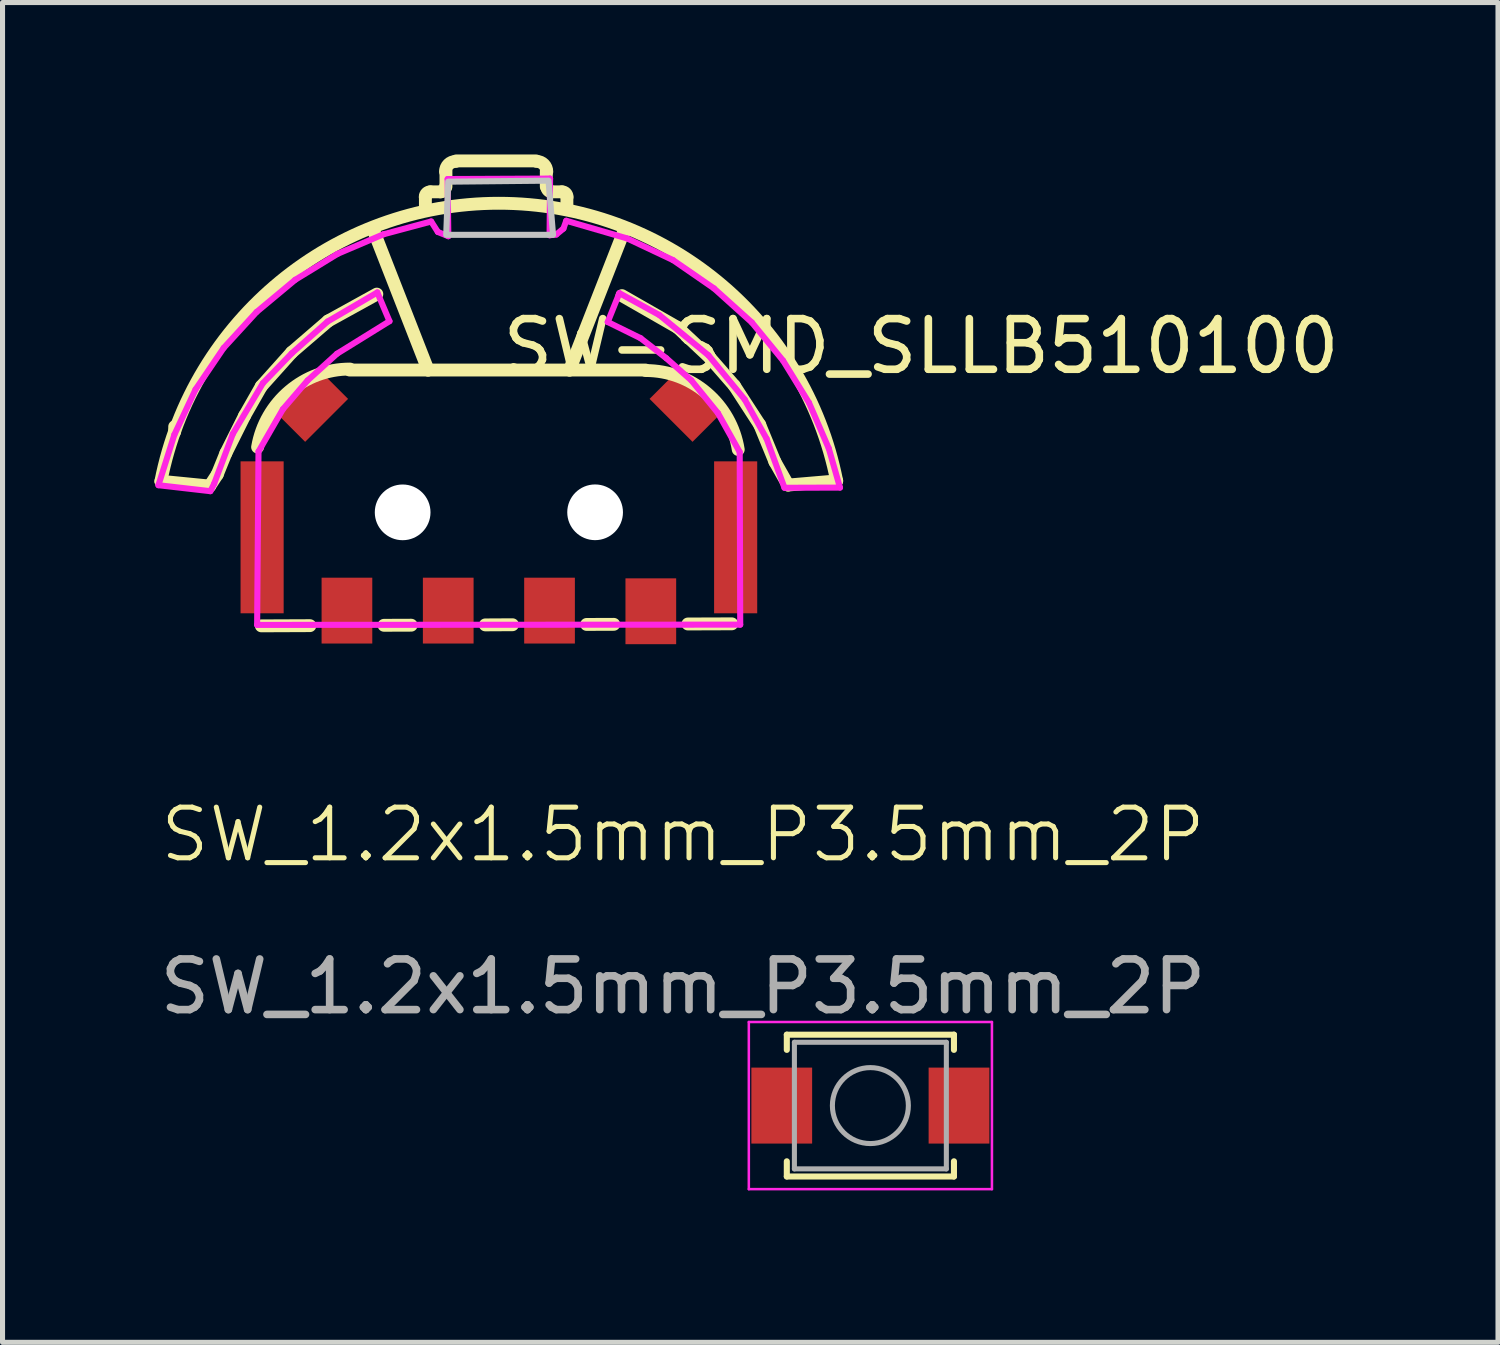
<source format=kicad_pcb>
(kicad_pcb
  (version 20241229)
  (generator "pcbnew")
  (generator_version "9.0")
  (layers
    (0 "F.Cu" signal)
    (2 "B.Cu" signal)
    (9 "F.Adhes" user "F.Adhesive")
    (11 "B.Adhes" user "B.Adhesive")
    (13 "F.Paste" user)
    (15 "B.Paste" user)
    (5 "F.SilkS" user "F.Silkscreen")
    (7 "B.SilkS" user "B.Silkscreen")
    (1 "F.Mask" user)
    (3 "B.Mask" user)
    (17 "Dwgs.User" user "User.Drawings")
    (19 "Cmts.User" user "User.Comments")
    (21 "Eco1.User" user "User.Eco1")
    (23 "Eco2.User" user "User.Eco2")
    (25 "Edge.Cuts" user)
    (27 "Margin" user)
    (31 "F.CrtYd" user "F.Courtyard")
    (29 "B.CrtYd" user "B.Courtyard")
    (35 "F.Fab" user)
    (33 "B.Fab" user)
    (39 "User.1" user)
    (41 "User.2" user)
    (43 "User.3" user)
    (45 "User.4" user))
  (footprint "SW-SMD_SLLB510100"
    (layer "F.Cu")
    (at 6.8 6.993)
    (property "Reference" "SW-SMD_SLLB510100" (at 0 -3.207 0) (layer "F.SilkS") (effects (font (size 1 1) (thickness 0.15)) (justify left)))
    (attr through_hole)
    (fp_line (start -6.673 -0.541) (end -5.71 -0.446) (stroke (width 0.254) (type solid)) (layer "F.SilkS"))
    (fp_line (start -6.401 -1.518) (end -6.401 -1.619) (stroke (width 0.254) (type solid)) (layer "F.SilkS"))
    (fp_line (start -5.71 -0.446) (end -5.56 -0.676) (stroke (width 0.254) (type solid)) (layer "F.SilkS"))
    (fp_line (start -5.56 -0.676) (end -5.39 -1.096) (stroke (width 0.254) (type solid)) (layer "F.SilkS"))
    (fp_line (start -5.39 -1.096) (end -5.02 -1.836) (stroke (width 0.254) (type solid)) (layer "F.SilkS"))
    (fp_line (start -5.02 -1.836) (end -4.69 -2.416) (stroke (width 0.254) (type solid)) (layer "F.SilkS"))
    (fp_line (start -4.69 -2.416) (end -4.09 -3.086) (stroke (width 0.254) (type solid)) (layer "F.SilkS"))
    (fp_line (start -4.69 2.314) (end -3.731 2.31) (stroke (width 0.254) (type solid)) (layer "F.SilkS"))
    (fp_line (start -4.09 -3.086) (end -3.37 -3.706) (stroke (width 0.254) (type solid)) (layer "F.SilkS"))
    (fp_line (start -3.37 -3.706) (end -2.41 -4.236) (stroke (width 0.254) (type solid)) (layer "F.SilkS"))
    (fp_line (start -2.268 2.303) (end -1.731 2.301) (stroke (width 0.254) (type solid)) (layer "F.SilkS"))
    (fp_line (start -1.451 -5.952) (end -1.451 -6.155) (stroke (width 0.254) (type solid)) (layer "F.SilkS"))
    (fp_line (start -1.398 -2.737) (end -2.947 -2.737) (stroke (width 0.254) (type solid)) (layer "F.SilkS"))
    (fp_line (start -1.398 -2.737) (end -2.49 -5.531) (stroke (width 0.254) (type solid)) (layer "F.SilkS"))
    (fp_line (start -1.35 -6.256) (end -1.147 -6.256) (stroke (width 0.254) (type solid)) (layer "F.SilkS"))
    (fp_line (start -1.045 -6.358) (end -1.045 -6.663) (stroke (width 0.254) (type solid)) (layer "F.SilkS"))
    (fp_line (start -0.842 -6.866) (end 0.733 -6.866) (stroke (width 0.254) (type solid)) (layer "F.SilkS"))
    (fp_line (start -0.268 2.295) (end 0.269 2.292) (stroke (width 0.254) (type solid)) (layer "F.SilkS"))
    (fp_line (start 0.936 -6.663) (end 0.936 -6.358) (stroke (width 0.254) (type solid)) (layer "F.SilkS"))
    (fp_line (start 1.038 -6.256) (end 1.241 -6.256) (stroke (width 0.254) (type solid)) (layer "F.SilkS"))
    (fp_line (start 1.343 -5.952) (end 1.343 -6.155) (stroke (width 0.254) (type solid)) (layer "F.SilkS"))
    (fp_line (start 1.396 -2.737) (end -1.398 -2.737) (stroke (width 0.254) (type solid)) (layer "F.SilkS"))
    (fp_line (start 1.396 -2.737) (end 2.489 -5.531) (stroke (width 0.254) (type solid)) (layer "F.SilkS"))
    (fp_line (start 1.732 2.286) (end 2.269 2.284) (stroke (width 0.254) (type solid)) (layer "F.SilkS"))
    (fp_line (start 2.895 -2.737) (end 1.396 -2.737) (stroke (width 0.254) (type solid)) (layer "F.SilkS"))
    (fp_line (start 3.53 -3.576) (end 2.43 -4.206) (stroke (width 0.254) (type solid)) (layer "F.SilkS"))
    (fp_line (start 3.732 2.277) (end 4.6 2.274) (stroke (width 0.254) (type solid)) (layer "F.SilkS"))
    (fp_line (start 4.17 -2.976) (end 3.53 -3.576) (stroke (width 0.254) (type solid)) (layer "F.SilkS"))
    (fp_line (start 4.65 -2.426) (end 4.17 -2.976) (stroke (width 0.254) (type solid)) (layer "F.SilkS"))
    (fp_line (start 5.15 -1.656) (end 4.65 -2.426) (stroke (width 0.254) (type solid)) (layer "F.SilkS"))
    (fp_line (start 5.45 -0.926) (end 5.15 -1.656) (stroke (width 0.254) (type solid)) (layer "F.SilkS"))
    (fp_line (start 5.71 -0.466) (end 5.45 -0.926) (stroke (width 0.254) (type solid)) (layer "F.SilkS"))
    (fp_line (start 6.67 -0.548) (end 5.71 -0.466) (stroke (width 0.254) (type solid)) (layer "F.SilkS"))
    (fp_arc (start -6.673327 -0.541264) (mid -0.004433 -6.029952) (end 6.67 -0.548) (stroke (width 0.254) (type solid)) (layer "F.SilkS"))
    (fp_arc (start -4.764 -1.216) (mid -4.133705 -2.319557) (end -2.940184 -2.756156) (stroke (width 0.254) (type solid)) (layer "F.SilkS"))
    (fp_arc (start -1.454001 -6.155112) (mid -1.424967 -6.226047) (end -1.354 -6.255) (stroke (width 0.254) (type solid)) (layer "F.SilkS"))
    (fp_arc (start -1.054 -6.355) (mid -1.083289 -6.284289) (end -1.154 -6.255) (stroke (width 0.254) (type solid)) (layer "F.SilkS"))
    (fp_arc (start -1.053996 -6.656314) (mid -0.994956 -6.796885) (end -0.854 -6.855) (stroke (width 0.254) (type solid)) (layer "F.SilkS"))
    (fp_arc (start 0.746321 -6.855996) (mid 0.887595 -6.796661) (end 0.946 -6.655) (stroke (width 0.254) (type solid)) (layer "F.SilkS"))
    (fp_arc (start 1.046 -6.255) (mid 0.975289 -6.284289) (end 0.946 -6.355) (stroke (width 0.254) (type solid)) (layer "F.SilkS"))
    (fp_arc (start 1.246112 -6.255001) (mid 1.317047 -6.225967) (end 1.346 -6.155) (stroke (width 0.254) (type solid)) (layer "F.SilkS"))
    (fp_arc (start 2.899 -2.727) (mid 4.100055 -2.284113) (end 4.726049 -1.167506) (stroke (width 0.254) (type solid)) (layer "F.SilkS"))
    (fp_circle (center -1.9 0.073) (end -1.65 0.073) (stroke (width 0.5) (type solid)) (fill no) (layer "Dwgs.User"))
    (fp_circle (center 1.9 0.073) (end 2.15 0.073) (stroke (width 0.5) (type solid)) (fill no) (layer "Dwgs.User"))
    (fp_poly (pts (xy -1 -6.456) (xy 0.98 -6.476) (xy 1.07 -5.406) (xy -1.04 -5.406)) (stroke (width 0.12) (type solid)) (fill no) (layer "Dwgs.User"))
    (fp_circle (center -6.722 2.426) (end -6.692 2.426) (stroke (width 0.06) (type solid)) (fill no) (layer "Eco2.User"))
    (fp_poly (pts (xy -4.765 -0.634) (xy -4.265 -0.634) (xy -4.265 1.766) (xy -4.765 1.766)) (stroke (width 0.12) (type solid)) (fill no) (layer "Eco2.User"))
    (fp_poly (pts (xy -3.797 -1.461) (xy -4.249 -1.912) (xy -3.57 -2.591) (xy -3.119 -2.139)) (stroke (width 0.12) (type solid)) (fill no) (layer "Eco2.User"))
    (fp_poly (pts (xy -3.3 1.613) (xy -2.7 1.613) (xy -2.7 2.413) (xy -3.3 2.413)) (stroke (width 0.12) (type solid)) (fill no) (layer "Eco2.User"))
    (fp_poly (pts (xy -1.3 1.613) (xy -0.7 1.613) (xy -0.7 2.413) (xy -1.3 2.413)) (stroke (width 0.12) (type solid)) (fill no) (layer "Eco2.User"))
    (fp_poly (pts (xy 1.3 2.413) (xy 0.7 2.413) (xy 0.7 1.613) (xy 1.3 1.613)) (stroke (width 0.12) (type solid)) (fill no) (layer "Eco2.User"))
    (fp_poly (pts (xy 2.7 1.626) (xy 3.3 1.626) (xy 3.3 2.426) (xy 2.7 2.426)) (stroke (width 0.12) (type solid)) (fill no) (layer "Eco2.User"))
    (fp_poly (pts (xy 3.117 -2.139) (xy 3.569 -2.591) (xy 4.247 -1.912) (xy 3.796 -1.461)) (stroke (width 0.12) (type solid)) (fill no) (layer "Eco2.User"))
    (fp_poly (pts (xy 4.262 -0.634) (xy 4.762 -0.634) (xy 4.762 1.766) (xy 4.262 1.766)) (stroke (width 0.12) (type solid)) (fill no) (layer "Eco2.User"))
    (fp_line (start -6.722 -0.463) (end -6.407 -1.461) (stroke (width 0.12) (type solid)) (layer "F.CrtYd"))
    (fp_line (start -6.407 -1.461) (end -5.989 -2.354) (stroke (width 0.12) (type solid)) (layer "F.CrtYd"))
    (fp_line (start -5.989 -2.354) (end -5.434 -3.173) (stroke (width 0.12) (type solid)) (layer "F.CrtYd"))
    (fp_line (start -5.696 -0.345) (end -6.722 -0.463) (stroke (width 0.12) (type solid)) (layer "F.CrtYd"))
    (fp_line (start -5.622 -0.492) (end -5.696 -0.345) (stroke (width 0.12) (type solid)) (layer "F.CrtYd"))
    (fp_line (start -5.434 -3.173) (end -4.784 -3.883) (stroke (width 0.12) (type solid)) (layer "F.CrtYd"))
    (fp_line (start -5.254 -1.475) (end -5.622 -0.492) (stroke (width 0.12) (type solid)) (layer "F.CrtYd"))
    (fp_line (start -4.784 -3.883) (end -4.022 -4.518) (stroke (width 0.12) (type solid)) (layer "F.CrtYd"))
    (fp_line (start -4.773 2.295) (end -4.746 -1.127) (stroke (width 0.12) (type solid)) (layer "F.CrtYd"))
    (fp_line (start -4.746 -1.127) (end -4.265 -1.963) (stroke (width 0.12) (type solid)) (layer "F.CrtYd"))
    (fp_line (start -4.659 -2.478) (end -5.254 -1.475) (stroke (width 0.12) (type solid)) (layer "F.CrtYd"))
    (fp_line (start -4.265 -1.963) (end -3.777 -2.531) (stroke (width 0.12) (type solid)) (layer "F.CrtYd"))
    (fp_line (start -4.091 -3.066) (end -4.659 -2.478) (stroke (width 0.12) (type solid)) (layer "F.CrtYd"))
    (fp_line (start -4.022 -4.518) (end -3.185 -5.031) (stroke (width 0.12) (type solid)) (layer "F.CrtYd"))
    (fp_line (start -3.777 -2.531) (end -3.196 -3.059) (stroke (width 0.12) (type solid)) (layer "F.CrtYd"))
    (fp_line (start -3.383 -3.694) (end -4.091 -3.066) (stroke (width 0.12) (type solid)) (layer "F.CrtYd"))
    (fp_line (start -3.196 -3.059) (end -2.16 -3.701) (stroke (width 0.12) (type solid)) (layer "F.CrtYd"))
    (fp_line (start -3.185 -5.031) (end -2.282 -5.416) (stroke (width 0.12) (type solid)) (layer "F.CrtYd"))
    (fp_line (start -2.4 -4.269) (end -3.383 -3.694) (stroke (width 0.12) (type solid)) (layer "F.CrtYd"))
    (fp_line (start -2.282 -5.416) (end -1.337 -5.67) (stroke (width 0.12) (type solid)) (layer "F.CrtYd"))
    (fp_line (start -2.16 -3.701) (end -2.4 -4.269) (stroke (width 0.12) (type solid)) (layer "F.CrtYd"))
    (fp_line (start -1.337 -5.67) (end -1.205 -5.463) (stroke (width 0.12) (type solid)) (layer "F.CrtYd"))
    (fp_line (start -1.205 -5.463) (end -0.998 -5.379) (stroke (width 0.12) (type solid)) (layer "F.CrtYd"))
    (fp_line (start -1.012 -6.508) (end 1.011 -6.517) (stroke (width 0.12) (type solid)) (layer "F.CrtYd"))
    (fp_line (start -0.998 -5.379) (end -1.012 -6.508) (stroke (width 0.12) (type solid)) (layer "F.CrtYd"))
    (fp_line (start 1.001 -5.398) (end 1.133 -5.412) (stroke (width 0.12) (type solid)) (layer "F.CrtYd"))
    (fp_line (start 1.011 -6.517) (end 1.001 -5.398) (stroke (width 0.12) (type solid)) (layer "F.CrtYd"))
    (fp_line (start 1.133 -5.412) (end 1.274 -5.529) (stroke (width 0.12) (type solid)) (layer "F.CrtYd"))
    (fp_line (start 1.274 -5.529) (end 1.33 -5.684) (stroke (width 0.12) (type solid)) (layer "F.CrtYd"))
    (fp_line (start 1.33 -5.684) (end 2.53 -5.336) (stroke (width 0.12) (type solid)) (layer "F.CrtYd"))
    (fp_line (start 2.149 -3.685) (end 2.798 -3.366) (stroke (width 0.12) (type solid)) (layer "F.CrtYd"))
    (fp_line (start 2.379 -4.255) (end 2.149 -3.685) (stroke (width 0.12) (type solid)) (layer "F.CrtYd"))
    (fp_line (start 2.53 -5.336) (end 3.438 -4.908) (stroke (width 0.12) (type solid)) (layer "F.CrtYd"))
    (fp_line (start 2.798 -3.366) (end 3.306 -2.97) (stroke (width 0.12) (type solid)) (layer "F.CrtYd"))
    (fp_line (start 3.17 -3.822) (end 2.379 -4.255) (stroke (width 0.12) (type solid)) (layer "F.CrtYd"))
    (fp_line (start 3.306 -2.97) (end 3.8 -2.533) (stroke (width 0.12) (type solid)) (layer "F.CrtYd"))
    (fp_line (start 3.438 -4.908) (end 4.247 -4.349) (stroke (width 0.12) (type solid)) (layer "F.CrtYd"))
    (fp_line (start 3.8 -2.533) (end 4.327 -1.884) (stroke (width 0.12) (type solid)) (layer "F.CrtYd"))
    (fp_line (start 4.138 -3.027) (end 3.17 -3.822) (stroke (width 0.12) (type solid)) (layer "F.CrtYd"))
    (fp_line (start 4.247 -4.349) (end 4.995 -3.676) (stroke (width 0.12) (type solid)) (layer "F.CrtYd"))
    (fp_line (start 4.327 -1.884) (end 4.755 -1.117) (stroke (width 0.12) (type solid)) (layer "F.CrtYd"))
    (fp_line (start 4.755 -1.117) (end 4.765 2.29) (stroke (width 0.12) (type solid)) (layer "F.CrtYd"))
    (fp_line (start 4.765 2.29) (end -4.773 2.295) (stroke (width 0.12) (type solid)) (layer "F.CrtYd"))
    (fp_line (start 4.853 -2.157) (end 4.138 -3.027) (stroke (width 0.12) (type solid)) (layer "F.CrtYd"))
    (fp_line (start 4.995 -3.676) (end 5.611 -2.923) (stroke (width 0.12) (type solid)) (layer "F.CrtYd"))
    (fp_line (start 5.286 -1.381) (end 4.853 -2.157) (stroke (width 0.12) (type solid)) (layer "F.CrtYd"))
    (fp_line (start 5.611 -2.923) (end 6.123 -2.091) (stroke (width 0.12) (type solid)) (layer "F.CrtYd"))
    (fp_line (start 5.639 -0.412) (end 5.286 -1.381) (stroke (width 0.12) (type solid)) (layer "F.CrtYd"))
    (fp_line (start 6.123 -2.091) (end 6.514 -1.188) (stroke (width 0.12) (type solid)) (layer "F.CrtYd"))
    (fp_line (start 6.514 -1.188) (end 6.735 -0.416) (stroke (width 0.12) (type solid)) (layer "F.CrtYd"))
    (fp_line (start 6.735 -0.416) (end 5.639 -0.412) (stroke (width 0.12) (type solid)) (layer "F.CrtYd"))
    (pad "" np_thru_hole circle (at -1.9 0.073) (size 1.1 1.1) (drill 1.1) (layers "*.Cu" "*.Mask"))
    (pad "" np_thru_hole circle (at 1.9 0.072) (size 1.1 1.1) (drill 1.1) (layers "*.Cu" "*.Mask"))
    (pad "1" smd rect (at -3 2.013) (size 1.001 1.3) (layers "F.Cu" "F.Mask" "F.Paste"))
    (pad "2" smd rect (at 3 2.026) (size 1.001 1.3) (layers "F.Cu" "F.Mask" "F.Paste"))
    (pad "4" smd rect (at -4.675 0.566) (size 0.851 3) (layers "F.Cu" "F.Mask" "F.Paste"))
    (pad "5" smd rect (at 4.675 0.566) (size 0.851 3) (layers "F.Cu" "F.Mask" "F.Paste"))
    (pad "6" smd rect (at -3.684 -2.026 135) (size 0.8 1.199) (layers "F.Cu" "F.Mask" "F.Paste"))
    (pad "7" smd rect (at 3.682 -2.026 45) (size 0.8 1.199) (layers "F.Cu" "F.Mask" "F.Paste"))
    (pad "C" smd rect (at -1 2.013) (size 1.001 1.3) (layers "F.Cu" "F.Mask" "F.Paste"))
    (pad "T" smd rect (at 1 2.013 180) (size 1.001 1.3) (layers "F.Cu" "F.Mask" "F.Paste")))
  (footprint "SW_1.2x1.5mm_P3.5mm_2P"
    (layer "F.Cu")
    (at 12.385 18.779)
    (property "Reference" "SW_1.2x1.5mm_P3.5mm_2P" (at -1.95 -5.35 0) (unlocked yes) (layer "F.SilkS") (effects (font (size 1 1) (thickness 0.1))))
    (attr smd)
    (fp_line (start 0.1 -1.4) (end 3.4 -1.4) (stroke (width 0.12) (type solid)) (layer "F.SilkS"))
    (fp_line (start 0.1 -1.1) (end 0.1 -1.4) (stroke (width 0.12) (type solid)) (layer "F.SilkS"))
    (fp_line (start 0.1 1.1) (end 0.1 1.4) (stroke (width 0.12) (type solid)) (layer "F.SilkS"))
    (fp_line (start 0.1 1.4) (end 3.4 1.4) (stroke (width 0.12) (type solid)) (layer "F.SilkS"))
    (fp_line (start 3.4 -1.4) (end 3.4 -1.1) (stroke (width 0.12) (type solid)) (layer "F.SilkS"))
    (fp_line (start 3.4 1.4) (end 3.4 1.1) (stroke (width 0.12) (type solid)) (layer "F.SilkS"))
    (fp_line (start -0.65 -1.65) (end -0.65 1.65) (stroke (width 0.05) (type solid)) (layer "F.CrtYd"))
    (fp_line (start -0.65 1.65) (end 4.15 1.65) (stroke (width 0.05) (type solid)) (layer "F.CrtYd"))
    (fp_line (start 4.15 -1.65) (end -0.65 -1.65) (stroke (width 0.05) (type solid)) (layer "F.CrtYd"))
    (fp_line (start 4.15 1.65) (end 4.15 -1.65) (stroke (width 0.05) (type solid)) (layer "F.CrtYd"))
    (fp_line (start 0.25 -1.25) (end 3.25 -1.25) (stroke (width 0.1) (type solid)) (layer "F.Fab"))
    (fp_line (start 0.25 1.25) (end 0.25 -1.25) (stroke (width 0.1) (type solid)) (layer "F.Fab"))
    (fp_line (start 3.25 -1.25) (end 3.25 1.25) (stroke (width 0.1) (type solid)) (layer "F.Fab"))
    (fp_line (start 3.25 1.25) (end 0.25 1.25) (stroke (width 0.1) (type solid)) (layer "F.Fab"))
    (fp_circle (center 1.75 0) (end 2.5 0) (stroke (width 0.1) (type solid)) (fill no) (layer "F.Fab"))
    (fp_text user "${REFERENCE}" (at -1.95 -2.35 0) (unlocked yes) (layer "F.Fab") (effects (font (size 1 1) (thickness 0.15))))
    (pad "1" smd rect (at 0 0) (size 1.2 1.5) (layers "F.Cu" "F.Mask" "F.Paste"))
    (pad "2" smd rect (at 3.5 0) (size 1.2 1.5) (layers "F.Cu" "F.Mask" "F.Paste")))
  (gr_rect
    (start -3 -3)
    (end 26.527 23.454)
    (stroke (width 0.1) (type default))
    (fill no)
    (layer "Edge.Cuts")))
</source>
